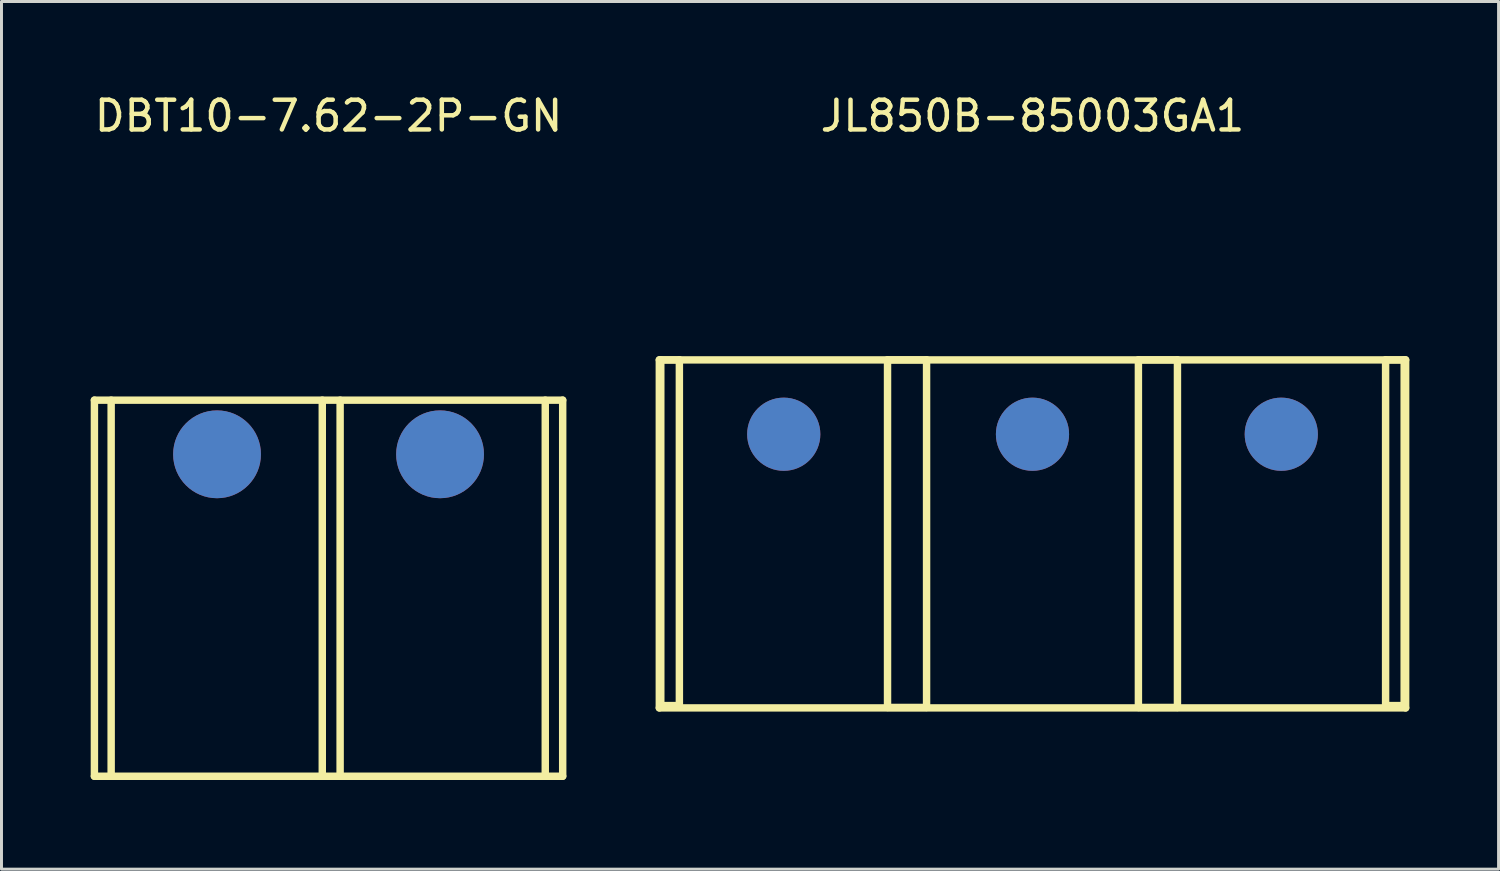
<source format=kicad_pcb>
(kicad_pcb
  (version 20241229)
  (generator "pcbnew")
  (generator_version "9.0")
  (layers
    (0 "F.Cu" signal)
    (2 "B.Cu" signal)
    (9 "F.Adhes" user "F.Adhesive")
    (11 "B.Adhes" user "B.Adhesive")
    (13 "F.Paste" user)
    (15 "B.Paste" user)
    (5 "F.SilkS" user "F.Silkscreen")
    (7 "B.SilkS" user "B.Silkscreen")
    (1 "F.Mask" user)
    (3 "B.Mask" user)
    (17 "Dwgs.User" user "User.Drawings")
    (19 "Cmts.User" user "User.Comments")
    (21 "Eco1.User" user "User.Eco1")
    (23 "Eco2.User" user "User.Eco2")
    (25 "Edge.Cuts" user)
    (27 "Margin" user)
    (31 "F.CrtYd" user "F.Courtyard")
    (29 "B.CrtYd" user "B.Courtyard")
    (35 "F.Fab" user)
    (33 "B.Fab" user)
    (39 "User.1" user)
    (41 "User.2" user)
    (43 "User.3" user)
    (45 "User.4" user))
  (footprint "DBT10-7.62-2P-GN"
    (layer "F.Cu")
    (at 7.999 12.228)
    (property "Reference" "DBT10-7.62-2P-GN" (at 0 -11.38 0) (layer "F.SilkS") (effects (font (size 1 1) (thickness 0.15))))
    (attr through_hole)
    (fp_line (start -7.874 -1.821) (end -7.874 10.827) (stroke (width 0.25) (type solid)) (layer "F.SilkS"))
    (fp_line (start -7.874 -1.821) (end 7.874 -1.821) (stroke (width 0.25) (type solid)) (layer "F.SilkS"))
    (fp_line (start -7.874 10.827) (end 7.874 10.827) (stroke (width 0.25) (type solid)) (layer "F.SilkS"))
    (fp_line (start -7.311 -1.821) (end -7.311 10.827) (stroke (width 0.25) (type solid)) (layer "F.SilkS"))
    (fp_line (start -0.211 -1.821) (end -0.211 10.827) (stroke (width 0.25) (type solid)) (layer "F.SilkS"))
    (fp_line (start 0.389 -1.821) (end 0.389 10.827) (stroke (width 0.25) (type solid)) (layer "F.SilkS"))
    (fp_line (start 7.288 -1.821) (end 7.288 10.827) (stroke (width 0.25) (type solid)) (layer "F.SilkS"))
    (fp_line (start 7.874 -1.821) (end 7.874 10.827) (stroke (width 0.25) (type solid)) (layer "F.SilkS"))
    (pad "1" thru_hole circle (at -3.75 0) (size 2.953 2.953) (drill 0.000001) (layers "*.Cu" "*.Mask"))
    (pad "2" thru_hole circle (at 3.75 0) (size 2.953 2.953) (drill 0.000001) (layers "*.Cu" "*.Mask")))
  (footprint "JL850B-85003GA1"
    (layer "F.Cu")
    (at 31.672 11.553)
    (property "Reference" "JL850B-85003GA1" (at 0 -10.705 0) (layer "F.SilkS") (effects (font (size 1 1) (thickness 0.15))))
    (attr through_hole)
    (fp_line (start -12.549 -2.5) (end -12.549 9.203) (stroke (width 0.25) (type solid)) (layer "F.SilkS"))
    (fp_line (start -12.549 -2.5) (end 12.549 -2.5) (stroke (width 0.25) (type solid)) (layer "F.SilkS"))
    (fp_line (start -12.549 9.203) (end 12.549 9.203) (stroke (width 0.25) (type solid)) (layer "F.SilkS"))
    (fp_line (start -12.5 -2.5) (end -11.875 -2.5) (stroke (width 0.25) (type solid)) (layer "F.SilkS"))
    (fp_line (start -12.5 9.125) (end -12.5 -2.5) (stroke (width 0.25) (type solid)) (layer "F.SilkS"))
    (fp_line (start -11.875 -2.5) (end -11.875 9.125) (stroke (width 0.25) (type solid)) (layer "F.SilkS"))
    (fp_line (start -11.875 9.125) (end -12.5 9.125) (stroke (width 0.25) (type solid)) (layer "F.SilkS"))
    (fp_line (start -4.875 -2.5) (end -3.562 -2.5) (stroke (width 0.25) (type solid)) (layer "F.SilkS"))
    (fp_line (start -4.875 9.188) (end -4.875 -2.5) (stroke (width 0.25) (type solid)) (layer "F.SilkS"))
    (fp_line (start -3.562 -2.5) (end -3.562 9.188) (stroke (width 0.25) (type solid)) (layer "F.SilkS"))
    (fp_line (start -3.562 9.188) (end -4.875 9.188) (stroke (width 0.25) (type solid)) (layer "F.SilkS"))
    (fp_line (start 3.562 -2.5) (end 4.875 -2.5) (stroke (width 0.25) (type solid)) (layer "F.SilkS"))
    (fp_line (start 3.562 9.188) (end 3.562 -2.5) (stroke (width 0.25) (type solid)) (layer "F.SilkS"))
    (fp_line (start 4.875 -2.5) (end 4.875 9.188) (stroke (width 0.25) (type solid)) (layer "F.SilkS"))
    (fp_line (start 4.875 9.188) (end 3.562 9.188) (stroke (width 0.25) (type solid)) (layer "F.SilkS"))
    (fp_line (start 11.875 -2.5) (end 12.5 -2.5) (stroke (width 0.25) (type solid)) (layer "F.SilkS"))
    (fp_line (start 11.875 9.125) (end 11.875 -2.5) (stroke (width 0.25) (type solid)) (layer "F.SilkS"))
    (fp_line (start 12.5 -2.5) (end 12.5 9.125) (stroke (width 0.25) (type solid)) (layer "F.SilkS"))
    (fp_line (start 12.5 9.125) (end 11.875 9.125) (stroke (width 0.25) (type solid)) (layer "F.SilkS"))
    (fp_line (start 12.549 -2.5) (end 12.549 9.203) (stroke (width 0.25) (type solid)) (layer "F.SilkS"))
    (pad "1" thru_hole circle (at -8.365 0) (size 2.461 2.461) (drill 0.000001) (layers "*.Cu" "*.Mask"))
    (pad "2" thru_hole circle (at 0 0) (size 2.461 2.461) (drill 0.000001) (layers "*.Cu" "*.Mask"))
    (pad "3" thru_hole circle (at 8.367 0) (size 2.461 2.461) (drill 0.000001) (layers "*.Cu" "*.Mask")))
  (gr_rect
    (start -3 -3)
    (end 47.346 26.18)
    (stroke (width 0.1) (type default))
    (fill no)
    (layer "Edge.Cuts")))
</source>
